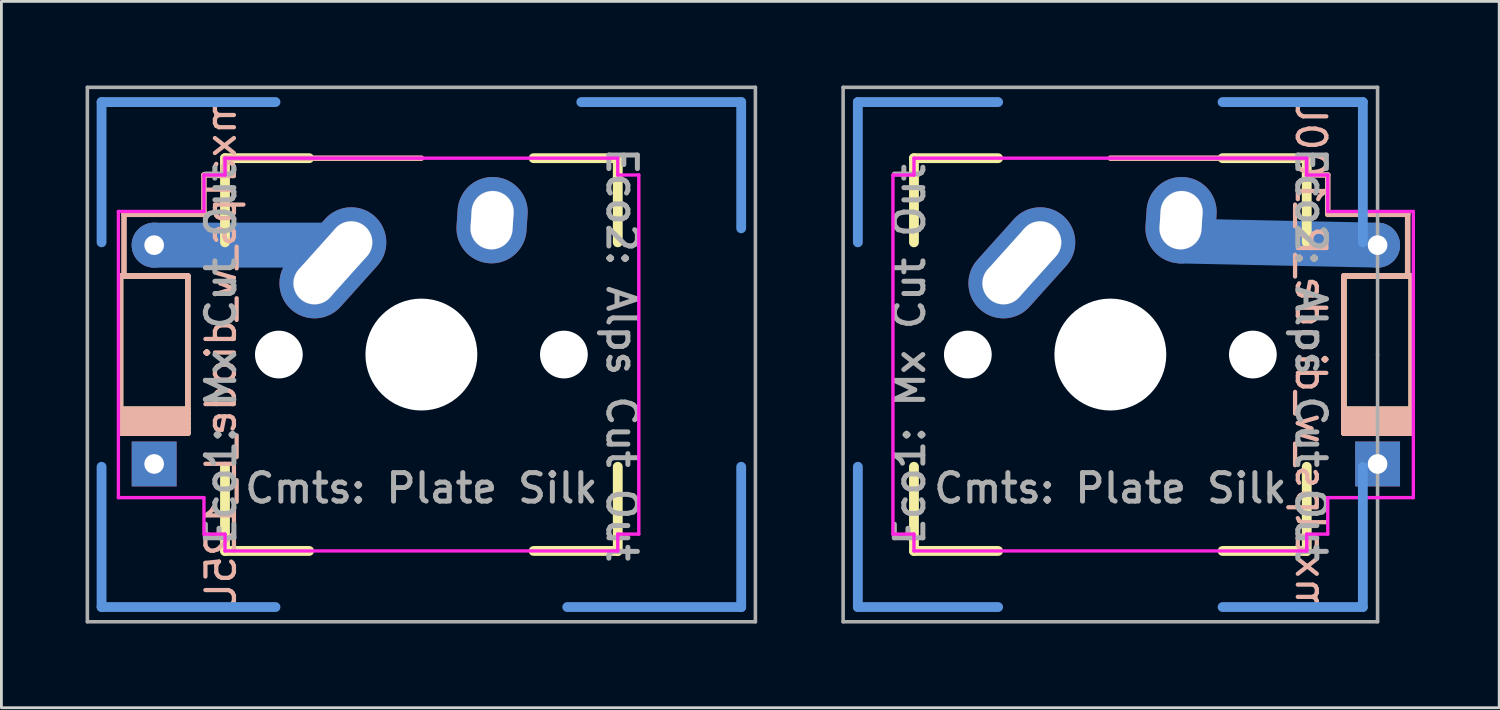
<source format=kicad_pcb>
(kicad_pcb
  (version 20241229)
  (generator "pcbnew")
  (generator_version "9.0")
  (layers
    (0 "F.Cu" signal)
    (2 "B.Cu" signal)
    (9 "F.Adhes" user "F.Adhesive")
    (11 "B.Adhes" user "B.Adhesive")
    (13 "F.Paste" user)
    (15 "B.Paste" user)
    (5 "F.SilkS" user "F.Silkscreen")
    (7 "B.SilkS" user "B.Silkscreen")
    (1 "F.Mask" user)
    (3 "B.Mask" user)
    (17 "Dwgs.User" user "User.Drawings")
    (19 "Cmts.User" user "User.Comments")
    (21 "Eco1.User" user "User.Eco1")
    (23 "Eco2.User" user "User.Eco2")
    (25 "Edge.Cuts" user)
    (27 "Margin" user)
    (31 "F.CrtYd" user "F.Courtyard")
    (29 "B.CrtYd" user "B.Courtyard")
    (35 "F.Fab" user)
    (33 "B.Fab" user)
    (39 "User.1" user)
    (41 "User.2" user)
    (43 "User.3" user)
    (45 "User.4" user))
  (footprint "mxalps_w_diode_R_100U"
    (layer "F.Cu")
    (at 36.528 9.588)
    (property "Reference" "mxalps_w_diode_R_100U" (at 7.144 0 270) (unlocked yes) (layer "B.SilkS") (effects (font (size 1.016 1.016) (thickness 0.152)) (justify mirror)))
    (attr through_hole)
    (fp_line (start -7 -7) (end -7 -4) (stroke (width 0.35) (type solid)) (layer "F.SilkS"))
    (fp_line (start -7 -7) (end -4 -7) (stroke (width 0.35) (type solid)) (layer "F.SilkS"))
    (fp_line (start -7 7) (end -7 4) (stroke (width 0.35) (type solid)) (layer "F.SilkS"))
    (fp_line (start -7 7) (end -4 7) (stroke (width 0.35) (type solid)) (layer "F.SilkS"))
    (fp_line (start 7 -7) (end 4 -7) (stroke (width 0.35) (type solid)) (layer "F.SilkS"))
    (fp_line (start 7 -7) (end 7 -4) (stroke (width 0.35) (type solid)) (layer "F.SilkS"))
    (fp_line (start 7 7) (end 4 7) (stroke (width 0.35) (type solid)) (layer "F.SilkS"))
    (fp_line (start 7 7) (end 7 4) (stroke (width 0.35) (type solid)) (layer "F.SilkS"))
    (fp_line (start 8.325 -2.8) (end 10.725 -2.8) (stroke (width 0.2) (type solid)) (layer "F.SilkS"))
    (fp_line (start 8.325 1.95) (end 10.725 1.95) (stroke (width 0.2) (type solid)) (layer "F.SilkS"))
    (fp_line (start 8.325 2.1) (end 10.725 2.1) (stroke (width 0.2) (type solid)) (layer "F.SilkS"))
    (fp_line (start 8.325 2.275) (end 10.725 2.275) (stroke (width 0.2) (type solid)) (layer "F.SilkS"))
    (fp_line (start 8.325 2.45) (end 10.725 2.45) (stroke (width 0.2) (type solid)) (layer "F.SilkS"))
    (fp_line (start 8.325 2.625) (end 10.725 2.625) (stroke (width 0.2) (type solid)) (layer "F.SilkS"))
    (fp_line (start 8.325 2.8) (end 8.325 -2.8) (stroke (width 0.2) (type solid)) (layer "F.SilkS"))
    (fp_line (start 8.325 2.8) (end 10.725 2.8) (stroke (width 0.2) (type solid)) (layer "F.SilkS"))
    (fp_line (start 10.725 -2.8) (end 10.725 2.8) (stroke (width 0.2) (type solid)) (layer "F.SilkS"))
    (fp_line (start 0 -7) (end 7 -7) (stroke (width 0.2) (type solid)) (layer "B.SilkS"))
    (fp_line (start 7 -7) (end 7 -6.4) (stroke (width 0.2) (type solid)) (layer "B.SilkS"))
    (fp_line (start 7 -6.4) (end 7.75 -6.4) (stroke (width 0.2) (type solid)) (layer "B.SilkS"))
    (fp_line (start 7.75 -6.4) (end 7.75 -5.1) (stroke (width 0.2) (type solid)) (layer "B.SilkS"))
    (fp_line (start 7.75 -5.1) (end 7.75 -5) (stroke (width 0.2) (type solid)) (layer "B.SilkS"))
    (fp_line (start 7.75 -5) (end 10.6 -5) (stroke (width 0.2) (type solid)) (layer "B.SilkS"))
    (fp_line (start 8.325 -2.8) (end 8.325 2.8) (stroke (width 0.2) (type solid)) (layer "B.SilkS"))
    (fp_line (start 10.6 -5) (end 10.6 -2.8) (stroke (width 0.2) (type solid)) (layer "B.SilkS"))
    (fp_line (start 10.725 -2.8) (end 8.325 -2.8) (stroke (width 0.2) (type solid)) (layer "B.SilkS"))
    (fp_line (start 10.725 1.95) (end 8.325 1.95) (stroke (width 0.2) (type solid)) (layer "B.SilkS"))
    (fp_line (start 10.725 2.1) (end 8.325 2.1) (stroke (width 0.2) (type solid)) (layer "B.SilkS"))
    (fp_line (start 10.725 2.275) (end 8.325 2.275) (stroke (width 0.2) (type solid)) (layer "B.SilkS"))
    (fp_line (start 10.725 2.45) (end 8.325 2.45) (stroke (width 0.2) (type solid)) (layer "B.SilkS"))
    (fp_line (start 10.725 2.625) (end 8.325 2.625) (stroke (width 0.2) (type solid)) (layer "B.SilkS"))
    (fp_line (start 10.725 2.8) (end 8.325 2.8) (stroke (width 0.2) (type solid)) (layer "B.SilkS"))
    (fp_line (start 10.725 2.8) (end 10.725 -2.8) (stroke (width 0.2) (type solid)) (layer "B.SilkS"))
    (fp_circle (center -3.81 -2.54) (end -3.06 -2.54) (stroke (width 0.01) (type solid)) (fill no) (layer "Dwgs.User"))
    (fp_circle (center -2.5 -4) (end -1.75 -4) (stroke (width 0.01) (type solid)) (fill no) (layer "Dwgs.User"))
    (fp_circle (center 2.5 -4.5) (end 3.25 -4.5) (stroke (width 0.01) (type solid)) (fill no) (layer "Dwgs.User"))
    (fp_circle (center 2.54 -5.08) (end 3.29 -5.08) (stroke (width 0.01) (type solid)) (fill no) (layer "Dwgs.User"))
    (fp_line (start -9 -9) (end -9 -4) (stroke (width 0.35) (type solid)) (layer "Cmts.User"))
    (fp_line (start -9 9) (end -9 4) (stroke (width 0.35) (type solid)) (layer "Cmts.User"))
    (fp_line (start -4 -9) (end -9 -9) (stroke (width 0.35) (type solid)) (layer "Cmts.User"))
    (fp_line (start -4 9) (end -9 9) (stroke (width 0.35) (type solid)) (layer "Cmts.User"))
    (fp_line (start 4 -9) (end 9 -9) (stroke (width 0.35) (type solid)) (layer "Cmts.User"))
    (fp_line (start 9 -9) (end 9 -4) (stroke (width 0.35) (type solid)) (layer "Cmts.User"))
    (fp_line (start 9 4) (end 9 9) (stroke (width 0.35) (type solid)) (layer "Cmts.User"))
    (fp_line (start 9 9) (end 4 9) (stroke (width 0.35) (type solid)) (layer "Cmts.User"))
    (fp_line (start -7 -7) (end -7 7) (stroke (width 0.1) (type solid)) (layer "Eco1.User"))
    (fp_line (start -7 7) (end 7 7) (stroke (width 0.1) (type solid)) (layer "Eco1.User"))
    (fp_line (start 7 -7) (end -7 -7) (stroke (width 0.1) (type solid)) (layer "Eco1.User"))
    (fp_line (start 7 7) (end 7 -7) (stroke (width 0.1) (type solid)) (layer "Eco1.User"))
    (fp_line (start -7.8 -6.4) (end -7.8 6.4) (stroke (width 0.1) (type solid)) (layer "Eco2.User"))
    (fp_line (start -7.8 6.4) (end 7.8 6.4) (stroke (width 0.1) (type solid)) (layer "Eco2.User"))
    (fp_line (start 7.8 -6.4) (end -7.8 -6.4) (stroke (width 0.1) (type solid)) (layer "Eco2.User"))
    (fp_line (start 7.8 6.4) (end 7.8 -6.4) (stroke (width 0.1) (type solid)) (layer "Eco2.User"))
    (fp_line (start -7.75 -6.4) (end -7.75 6.4) (stroke (width 0.12) (type solid)) (layer "F.CrtYd"))
    (fp_line (start -7.75 6.4) (end -7 6.4) (stroke (width 0.12) (type solid)) (layer "F.CrtYd"))
    (fp_line (start -7 -7) (end -7 -6.4) (stroke (width 0.12) (type solid)) (layer "F.CrtYd"))
    (fp_line (start -7 -6.4) (end -7.75 -6.4) (stroke (width 0.12) (type solid)) (layer "F.CrtYd"))
    (fp_line (start -7 6.4) (end -7 7) (stroke (width 0.12) (type solid)) (layer "F.CrtYd"))
    (fp_line (start -7 7) (end 7 7) (stroke (width 0.12) (type solid)) (layer "F.CrtYd"))
    (fp_line (start 7 -7) (end -7 -7) (stroke (width 0.12) (type solid)) (layer "F.CrtYd"))
    (fp_line (start 7 -6.4) (end 7 -7) (stroke (width 0.12) (type solid)) (layer "F.CrtYd"))
    (fp_line (start 7 6.4) (end 7.75 6.4) (stroke (width 0.12) (type solid)) (layer "F.CrtYd"))
    (fp_line (start 7 7) (end 7 6.4) (stroke (width 0.12) (type solid)) (layer "F.CrtYd"))
    (fp_line (start 7.75 -6.4) (end 7 -6.4) (stroke (width 0.12) (type solid)) (layer "F.CrtYd"))
    (fp_line (start 7.75 -6.4) (end 7.75 -5.1) (stroke (width 0.12) (type solid)) (layer "F.CrtYd"))
    (fp_line (start 7.75 -5.1) (end 10.8 -5.1) (stroke (width 0.12) (type solid)) (layer "F.CrtYd"))
    (fp_line (start 7.75 5.1) (end 10.8 5.1) (stroke (width 0.12) (type solid)) (layer "F.CrtYd"))
    (fp_line (start 7.75 6.4) (end 7.75 5.1) (stroke (width 0.12) (type solid)) (layer "F.CrtYd"))
    (fp_line (start 10.8 -5.1) (end 10.8 5.1) (stroke (width 0.12) (type solid)) (layer "F.CrtYd"))
    (fp_line (start -9.525 -9.525) (end -9.525 9.525) (stroke (width 0.127) (type solid)) (layer "F.Fab"))
    (fp_line (start -9.525 9.525) (end 9.525 9.525) (stroke (width 0.127) (type solid)) (layer "F.Fab"))
    (fp_line (start 9.525 -9.525) (end -9.525 -9.525) (stroke (width 0.127) (type solid)) (layer "F.Fab"))
    (fp_line (start 9.525 0) (end 9.525 -9.525) (stroke (width 0.127) (type solid)) (layer "F.Fab"))
    (fp_line (start 9.525 9.525) (end 9.525 0) (stroke (width 0.127) (type solid)) (layer "F.Fab"))
    (fp_text user "Eco1: Mx Cut Out" (at -7.144 0 90) (unlocked yes) (layer "F.Fab") (effects (font (size 1.016 1.016) (thickness 0.178))))
    (fp_text user "Eco2: Alps Cut Out" (at 7.144 0 270) (unlocked yes) (layer "F.Fab") (effects (font (size 1.016 1.016) (thickness 0.178))))
    (fp_text user "Cmts: Plate Silk" (at 0 4.763 0) (unlocked yes) (layer "F.Fab") (effects (font (size 1.016 1.016) (thickness 0.178))))
    (pad "" np_thru_hole circle (at -5.08 0) (size 1.702 1.702) (drill 1.702) (layers "*.Cu" "*.Mask"))
    (pad "" np_thru_hole circle (at 0 0) (size 3.988 3.988) (drill 3.988) (layers "*.Cu" "*.Mask"))
    (pad "" thru_hole oval (at 2.52 -4.79 356.1) (size 2.5 3.08) (drill oval 1.5 2.08) (layers "*.Cu" "*.Mask"))
    (pad "" np_thru_hole circle (at 5.08 0) (size 1.702 1.702) (drill 1.702) (layers "*.Cu" "*.Mask"))
    (pad "" thru_hole circle (at 9.525 -3.9 90) (size 1.6 1.6) (drill 0.7) (layers "*.Cu" "*.Mask"))
    (pad "" connect oval (at 9.525 -3.9 358.8) (size 8.6 1.6) (drill (offset -3.5 0)) (layers "B.Cu"))
    (pad "1" thru_hole oval (at -3.155 -3.27 318.1) (size 2.5 4.46) (drill oval 1.5 3.46) (layers "*.Cu" "*.Mask"))
    (pad "2" thru_hole rect (at 9.525 3.9 90) (size 1.6 1.6) (drill 0.7) (layers "*.Cu" "*.Mask")))
  (footprint "mxalps_w_diode_L_125U"
    (layer "F.Cu")
    (at 11.97 9.588)
    (property "Reference" "mxalps_w_diode_L_125U" (at -7.144 0 90) (layer "B.SilkS") (effects (font (size 1.016 1.016) (thickness 0.152)) (justify mirror)))
    (attr through_hole)
    (fp_line (start -10.725 -2.8) (end -10.725 2.8) (stroke (width 0.2) (type solid)) (layer "F.SilkS"))
    (fp_line (start -8.325 -2.8) (end -10.725 -2.8) (stroke (width 0.2) (type solid)) (layer "F.SilkS"))
    (fp_line (start -8.325 1.95) (end -10.725 1.95) (stroke (width 0.2) (type solid)) (layer "F.SilkS"))
    (fp_line (start -8.325 2.1) (end -10.725 2.1) (stroke (width 0.2) (type solid)) (layer "F.SilkS"))
    (fp_line (start -8.325 2.275) (end -10.725 2.275) (stroke (width 0.2) (type solid)) (layer "F.SilkS"))
    (fp_line (start -8.325 2.45) (end -10.725 2.45) (stroke (width 0.2) (type solid)) (layer "F.SilkS"))
    (fp_line (start -8.325 2.625) (end -10.725 2.625) (stroke (width 0.2) (type solid)) (layer "F.SilkS"))
    (fp_line (start -8.325 2.8) (end -10.725 2.8) (stroke (width 0.2) (type solid)) (layer "F.SilkS"))
    (fp_line (start -8.325 2.8) (end -8.325 -2.8) (stroke (width 0.2) (type solid)) (layer "F.SilkS"))
    (fp_line (start -7 -7) (end -7 -4) (stroke (width 0.35) (type solid)) (layer "F.SilkS"))
    (fp_line (start -7 -7) (end -4 -7) (stroke (width 0.35) (type solid)) (layer "F.SilkS"))
    (fp_line (start -7 7) (end -7 4) (stroke (width 0.35) (type solid)) (layer "F.SilkS"))
    (fp_line (start -7 7) (end -4 7) (stroke (width 0.35) (type solid)) (layer "F.SilkS"))
    (fp_line (start 7 -7) (end 4 -7) (stroke (width 0.35) (type solid)) (layer "F.SilkS"))
    (fp_line (start 7 -7) (end 7 -4) (stroke (width 0.35) (type solid)) (layer "F.SilkS"))
    (fp_line (start 7 7) (end 4 7) (stroke (width 0.35) (type solid)) (layer "F.SilkS"))
    (fp_line (start 7 7) (end 7 4) (stroke (width 0.35) (type solid)) (layer "F.SilkS"))
    (fp_line (start -10.725 -2.8) (end -8.325 -2.8) (stroke (width 0.2) (type solid)) (layer "B.SilkS"))
    (fp_line (start -10.725 1.95) (end -8.325 1.95) (stroke (width 0.2) (type solid)) (layer "B.SilkS"))
    (fp_line (start -10.725 2.1) (end -8.325 2.1) (stroke (width 0.2) (type solid)) (layer "B.SilkS"))
    (fp_line (start -10.725 2.275) (end -8.325 2.275) (stroke (width 0.2) (type solid)) (layer "B.SilkS"))
    (fp_line (start -10.725 2.45) (end -8.325 2.45) (stroke (width 0.2) (type solid)) (layer "B.SilkS"))
    (fp_line (start -10.725 2.625) (end -8.325 2.625) (stroke (width 0.2) (type solid)) (layer "B.SilkS"))
    (fp_line (start -10.725 2.8) (end -10.725 -2.8) (stroke (width 0.2) (type solid)) (layer "B.SilkS"))
    (fp_line (start -10.725 2.8) (end -8.325 2.8) (stroke (width 0.2) (type solid)) (layer "B.SilkS"))
    (fp_line (start -10.6 -5) (end -10.6 -2.8) (stroke (width 0.2) (type solid)) (layer "B.SilkS"))
    (fp_line (start -8.325 -2.8) (end -8.325 2.8) (stroke (width 0.2) (type solid)) (layer "B.SilkS"))
    (fp_line (start -7.75 -6.4) (end -7.75 -5.1) (stroke (width 0.2) (type solid)) (layer "B.SilkS"))
    (fp_line (start -7.75 -5.1) (end -7.75 -5) (stroke (width 0.2) (type solid)) (layer "B.SilkS"))
    (fp_line (start -7.75 -5) (end -10.6 -5) (stroke (width 0.2) (type solid)) (layer "B.SilkS"))
    (fp_line (start -7 -7) (end -7 -6.4) (stroke (width 0.2) (type solid)) (layer "B.SilkS"))
    (fp_line (start -7 -6.4) (end -7.75 -6.4) (stroke (width 0.2) (type solid)) (layer "B.SilkS"))
    (fp_line (start 0 -7) (end -7 -7) (stroke (width 0.2) (type solid)) (layer "B.SilkS"))
    (fp_circle (center -3.81 -2.54) (end -3.06 -2.54) (stroke (width 0.01) (type solid)) (fill no) (layer "Dwgs.User"))
    (fp_circle (center -2.5 -4) (end -1.75 -4) (stroke (width 0.01) (type solid)) (fill no) (layer "Dwgs.User"))
    (fp_circle (center 2.5 -4.5) (end 3.25 -4.5) (stroke (width 0.01) (type solid)) (fill no) (layer "Dwgs.User"))
    (fp_circle (center 2.54 -5.08) (end 3.29 -5.08) (stroke (width 0.01) (type solid)) (fill no) (layer "Dwgs.User"))
    (fp_line (start -11.4 -9) (end -11.4 -4) (stroke (width 0.35) (type solid)) (layer "Cmts.User"))
    (fp_line (start -11.4 -9) (end -5.2 -9) (stroke (width 0.35) (type solid)) (layer "Cmts.User"))
    (fp_line (start -11.4 9) (end -11.4 4) (stroke (width 0.35) (type solid)) (layer "Cmts.User"))
    (fp_line (start -11.4 9) (end -5.2 9) (stroke (width 0.35) (type solid)) (layer "Cmts.User"))
    (fp_line (start 11.4 -9) (end 5.7 -9) (stroke (width 0.35) (type solid)) (layer "Cmts.User"))
    (fp_line (start 11.4 -9) (end 11.4 -4.5) (stroke (width 0.35) (type solid)) (layer "Cmts.User"))
    (fp_line (start 11.4 9) (end 5.2 9) (stroke (width 0.35) (type solid)) (layer "Cmts.User"))
    (fp_line (start 11.4 9) (end 11.4 4) (stroke (width 0.35) (type solid)) (layer "Cmts.User"))
    (fp_line (start -7 -7) (end -7 7) (stroke (width 0.1) (type solid)) (layer "Eco1.User"))
    (fp_line (start -7 7) (end 7 7) (stroke (width 0.1) (type solid)) (layer "Eco1.User"))
    (fp_line (start 7 -7) (end -7 -7) (stroke (width 0.1) (type solid)) (layer "Eco1.User"))
    (fp_line (start 7 7) (end 7 -7) (stroke (width 0.1) (type solid)) (layer "Eco1.User"))
    (fp_line (start -7.8 -6.4) (end -7.8 6.4) (stroke (width 0.1) (type solid)) (layer "Eco2.User"))
    (fp_line (start -7.8 6.4) (end 7.8 6.4) (stroke (width 0.1) (type solid)) (layer "Eco2.User"))
    (fp_line (start 7.8 -6.4) (end -7.8 -6.4) (stroke (width 0.1) (type solid)) (layer "Eco2.User"))
    (fp_line (start 7.8 6.4) (end 7.8 -6.4) (stroke (width 0.1) (type solid)) (layer "Eco2.User"))
    (fp_line (start -10.8 -5.1) (end -10.8 5.1) (stroke (width 0.12) (type solid)) (layer "F.CrtYd"))
    (fp_line (start -7.75 -6.4) (end -7.75 -5.1) (stroke (width 0.12) (type solid)) (layer "F.CrtYd"))
    (fp_line (start -7.75 -6.4) (end -7 -6.4) (stroke (width 0.12) (type solid)) (layer "F.CrtYd"))
    (fp_line (start -7.75 -5.1) (end -10.8 -5.1) (stroke (width 0.12) (type solid)) (layer "F.CrtYd"))
    (fp_line (start -7.75 5.1) (end -10.8 5.1) (stroke (width 0.12) (type solid)) (layer "F.CrtYd"))
    (fp_line (start -7.75 6.4) (end -7.75 5.1) (stroke (width 0.12) (type solid)) (layer "F.CrtYd"))
    (fp_line (start -7 -7) (end 7 -7) (stroke (width 0.12) (type solid)) (layer "F.CrtYd"))
    (fp_line (start -7 -6.4) (end -7 -7) (stroke (width 0.12) (type solid)) (layer "F.CrtYd"))
    (fp_line (start -7 6.4) (end -7.75 6.4) (stroke (width 0.12) (type solid)) (layer "F.CrtYd"))
    (fp_line (start -7 7) (end -7 6.4) (stroke (width 0.12) (type solid)) (layer "F.CrtYd"))
    (fp_line (start 7 -7) (end 7 -6.4) (stroke (width 0.12) (type solid)) (layer "F.CrtYd"))
    (fp_line (start 7 -6.4) (end 7.75 -6.4) (stroke (width 0.12) (type solid)) (layer "F.CrtYd"))
    (fp_line (start 7 6.4) (end 7 7) (stroke (width 0.12) (type solid)) (layer "F.CrtYd"))
    (fp_line (start 7 7) (end -7 7) (stroke (width 0.12) (type solid)) (layer "F.CrtYd"))
    (fp_line (start 7.75 -6.4) (end 7.75 6.4) (stroke (width 0.12) (type solid)) (layer "F.CrtYd"))
    (fp_line (start 7.75 6.4) (end 7 6.4) (stroke (width 0.12) (type solid)) (layer "F.CrtYd"))
    (fp_line (start -11.906 9.525) (end -11.906 -9.525) (stroke (width 0.127) (type solid)) (layer "F.Fab"))
    (fp_line (start -11.906 9.525) (end 11.906 9.525) (stroke (width 0.127) (type solid)) (layer "F.Fab"))
    (fp_line (start 11.906 -9.525) (end -11.906 -9.525) (stroke (width 0.127) (type solid)) (layer "F.Fab"))
    (fp_line (start 11.906 -9.525) (end 11.906 9.525) (stroke (width 0.127) (type solid)) (layer "F.Fab"))
    (fp_text user "Cmts: Plate Silk" (at 0 4.763 0) (layer "F.Fab") (effects (font (size 1.016 1.016) (thickness 0.178))))
    (fp_text user "Eco1: Mx Cut Out" (at -7.144 0 90) (unlocked yes) (layer "F.Fab") (effects (font (size 1.016 1.016) (thickness 0.178))))
    (fp_text user "Eco2: Alps Cut Out" (at 7.144 0 270) (unlocked yes) (layer "F.Fab") (effects (font (size 1.016 1.016) (thickness 0.178))))
    (pad "" thru_hole circle (at -9.525 -3.9 270) (size 1.6 1.6) (drill 0.7) (layers "*.Cu" "*.Mask"))
    (pad "" connect oval (at -9.525 -3.9) (size 8.6 1.6) (drill (offset 3.5 0)) (layers "B.Cu"))
    (pad "" np_thru_hole circle (at -5.08 0) (size 1.702 1.702) (drill 1.702) (layers "*.Cu" "*.Mask"))
    (pad "" thru_hole oval (at -3.155 -3.27 318.1) (size 2.5 4.46) (drill oval 1.5 3.46) (layers "*.Cu" "*.Mask"))
    (pad "" np_thru_hole circle (at 0 0) (size 3.988 3.988) (drill 3.988) (layers "*.Cu" "*.Mask"))
    (pad "" np_thru_hole circle (at 5.08 0) (size 1.702 1.702) (drill 1.702) (layers "*.Cu" "*.Mask"))
    (pad "1" thru_hole oval (at 2.52 -4.79 356.1) (size 2.5 3.08) (drill oval 1.5 2.08) (layers "*.Cu" "*.Mask"))
    (pad "2" thru_hole rect (at -9.525 3.9 270) (size 1.6 1.6) (drill 0.7) (layers "*.Cu" "*.Mask")))
  (gr_rect
    (start -3 -3)
    (end 50.388 22.177)
    (stroke (width 0.1) (type default))
    (fill no)
    (layer "Edge.Cuts")))
</source>
